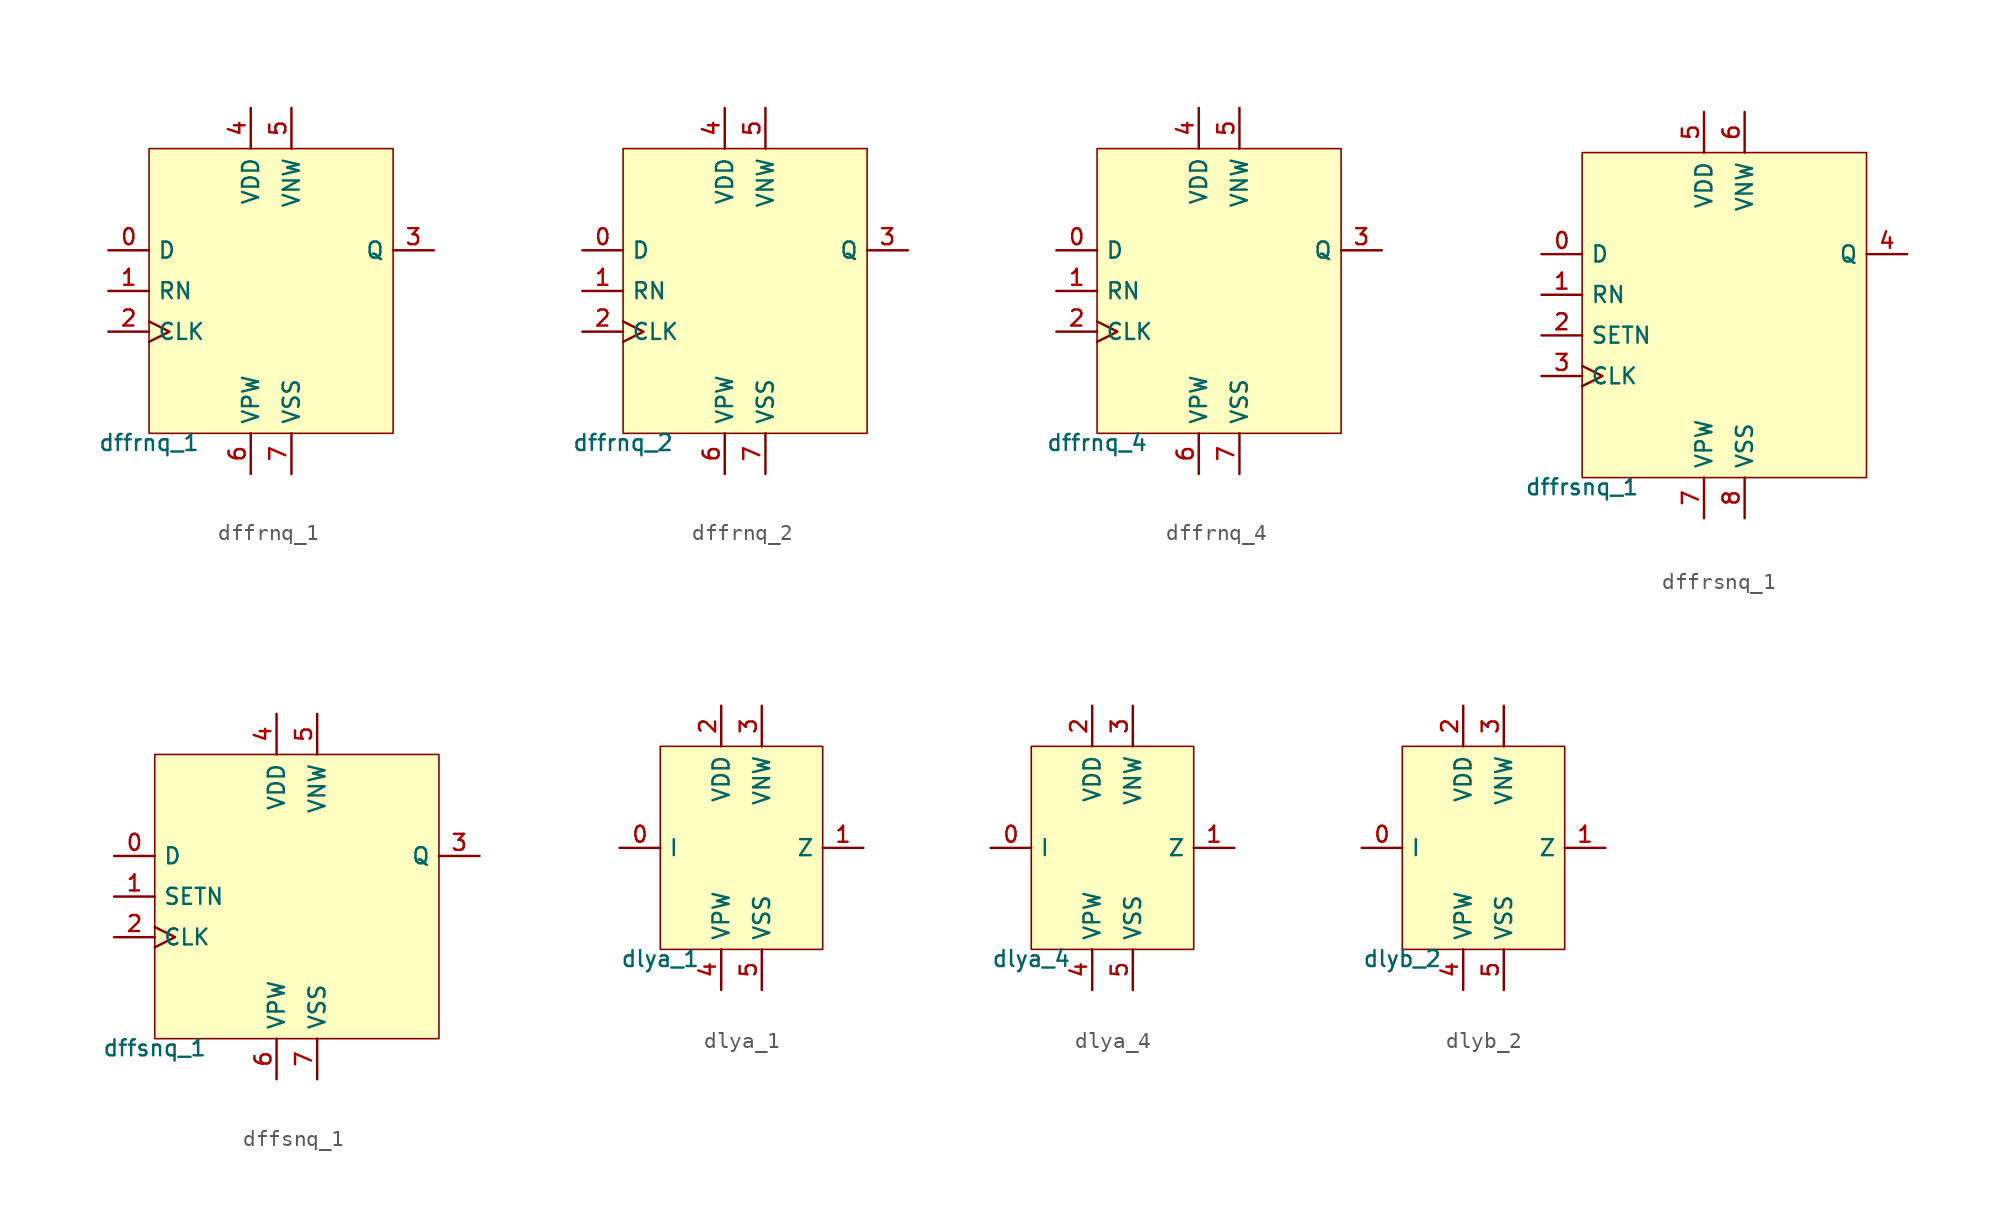
<source format=kicad_sym>
(kicad_symbol_lib
  (version 20211014)
  (generator pdk2kicad)
  (symbol "dffrnq_1"
    (property "Reference" "X"
      (at 0 0 0)
      (effects (font (size 1 1)) hide))
    (property "Value" "dffrnq_1"
      (at -7.62 -8.89 0)
      (effects (font (size 1 1)) (justify top)))
    (rectangle
      (start -7.62 -8.89)
      (end 7.62 8.89)
      (stroke (width 0.1) (type solid) (color 0 0 0 0))
      (fill (type background)))
    (pin input line
      (at -10.16 2.54 0)
      (length 2.54)
      (name "D" (effects (font (size 1 1)) hide))
      (number "0" (effects (font (size 1 1)) hide)))
    (pin input line
      (at -10.16 4.440892098500626e-16 0)
      (length 2.54)
      (name "RN" (effects (font (size 1 1)) hide))
      (number "1" (effects (font (size 1 1)) hide)))
    (pin input clock
      (at -10.16 -2.54 0)
      (length 2.54)
      (name "CLK" (effects (font (size 1 1)) hide))
      (number "2" (effects (font (size 1 1)) hide)))
    (pin output line
      (at 10.16 2.54 180)
      (length 2.54)
      (name "Q" (effects (font (size 1 1)) hide))
      (number "3" (effects (font (size 1 1)) hide)))
    (pin power_in line
      (at -1.27 11.43 270)
      (length 2.54)
      (name "VDD" (effects (font (size 1 1)) hide))
      (number "4" (effects (font (size 1 1)) hide)))
    (pin power_in line
      (at 1.27 11.43 270)
      (length 2.54)
      (name "VNW" (effects (font (size 1 1)) hide))
      (number "5" (effects (font (size 1 1)) hide)))
    (pin power_in line
      (at -1.27 -11.43 90)
      (length 2.54)
      (name "VPW" (effects (font (size 1 1)) hide))
      (number "6" (effects (font (size 1 1)) hide)))
    (pin power_in line
      (at 1.27 -11.43 90)
      (length 2.54)
      (name "VSS" (effects (font (size 1 1)) hide))
      (number "7" (effects (font (size 1 1)) hide))))
  (symbol "dffrnq_2"
    (property "Reference" "X"
      (at 0 0 0)
      (effects (font (size 1 1)) hide))
    (property "Value" "dffrnq_2"
      (at -7.62 -8.89 0)
      (effects (font (size 1 1)) (justify top)))
    (rectangle
      (start -7.62 -8.89)
      (end 7.62 8.89)
      (stroke (width 0.1) (type solid) (color 0 0 0 0))
      (fill (type background)))
    (pin input line
      (at -10.16 2.54 0)
      (length 2.54)
      (name "D" (effects (font (size 1 1)) hide))
      (number "0" (effects (font (size 1 1)) hide)))
    (pin input line
      (at -10.16 4.440892098500626e-16 0)
      (length 2.54)
      (name "RN" (effects (font (size 1 1)) hide))
      (number "1" (effects (font (size 1 1)) hide)))
    (pin input clock
      (at -10.16 -2.54 0)
      (length 2.54)
      (name "CLK" (effects (font (size 1 1)) hide))
      (number "2" (effects (font (size 1 1)) hide)))
    (pin output line
      (at 10.16 2.54 180)
      (length 2.54)
      (name "Q" (effects (font (size 1 1)) hide))
      (number "3" (effects (font (size 1 1)) hide)))
    (pin power_in line
      (at -1.27 11.43 270)
      (length 2.54)
      (name "VDD" (effects (font (size 1 1)) hide))
      (number "4" (effects (font (size 1 1)) hide)))
    (pin power_in line
      (at 1.27 11.43 270)
      (length 2.54)
      (name "VNW" (effects (font (size 1 1)) hide))
      (number "5" (effects (font (size 1 1)) hide)))
    (pin power_in line
      (at -1.27 -11.43 90)
      (length 2.54)
      (name "VPW" (effects (font (size 1 1)) hide))
      (number "6" (effects (font (size 1 1)) hide)))
    (pin power_in line
      (at 1.27 -11.43 90)
      (length 2.54)
      (name "VSS" (effects (font (size 1 1)) hide))
      (number "7" (effects (font (size 1 1)) hide))))
  (symbol "dffrnq_4"
    (property "Reference" "X"
      (at 0 0 0)
      (effects (font (size 1 1)) hide))
    (property "Value" "dffrnq_4"
      (at -7.62 -8.89 0)
      (effects (font (size 1 1)) (justify top)))
    (rectangle
      (start -7.62 -8.89)
      (end 7.62 8.89)
      (stroke (width 0.1) (type solid) (color 0 0 0 0))
      (fill (type background)))
    (pin input line
      (at -10.16 2.54 0)
      (length 2.54)
      (name "D" (effects (font (size 1 1)) hide))
      (number "0" (effects (font (size 1 1)) hide)))
    (pin input line
      (at -10.16 4.440892098500626e-16 0)
      (length 2.54)
      (name "RN" (effects (font (size 1 1)) hide))
      (number "1" (effects (font (size 1 1)) hide)))
    (pin input clock
      (at -10.16 -2.54 0)
      (length 2.54)
      (name "CLK" (effects (font (size 1 1)) hide))
      (number "2" (effects (font (size 1 1)) hide)))
    (pin output line
      (at 10.16 2.54 180)
      (length 2.54)
      (name "Q" (effects (font (size 1 1)) hide))
      (number "3" (effects (font (size 1 1)) hide)))
    (pin power_in line
      (at -1.27 11.43 270)
      (length 2.54)
      (name "VDD" (effects (font (size 1 1)) hide))
      (number "4" (effects (font (size 1 1)) hide)))
    (pin power_in line
      (at 1.27 11.43 270)
      (length 2.54)
      (name "VNW" (effects (font (size 1 1)) hide))
      (number "5" (effects (font (size 1 1)) hide)))
    (pin power_in line
      (at -1.27 -11.43 90)
      (length 2.54)
      (name "VPW" (effects (font (size 1 1)) hide))
      (number "6" (effects (font (size 1 1)) hide)))
    (pin power_in line
      (at 1.27 -11.43 90)
      (length 2.54)
      (name "VSS" (effects (font (size 1 1)) hide))
      (number "7" (effects (font (size 1 1)) hide))))
  (symbol "dffrsnq_1"
    (property "Reference" "X"
      (at 0 0 0)
      (effects (font (size 1 1)) hide))
    (property "Value" "dffrsnq_1"
      (at -8.89 -10.16 0)
      (effects (font (size 1 1)) (justify top)))
    (rectangle
      (start -8.89 -10.16)
      (end 8.89 10.16)
      (stroke (width 0.1) (type solid) (color 0 0 0 0))
      (fill (type background)))
    (pin input line
      (at -11.43 3.81 0)
      (length 2.54)
      (name "D" (effects (font (size 1 1)) hide))
      (number "0" (effects (font (size 1 1)) hide)))
    (pin input line
      (at -11.43 1.27 0)
      (length 2.54)
      (name "RN" (effects (font (size 1 1)) hide))
      (number "1" (effects (font (size 1 1)) hide)))
    (pin input line
      (at -11.43 -1.27 0)
      (length 2.54)
      (name "SETN" (effects (font (size 1 1)) hide))
      (number "2" (effects (font (size 1 1)) hide)))
    (pin input clock
      (at -11.43 -3.81 0)
      (length 2.54)
      (name "CLK" (effects (font (size 1 1)) hide))
      (number "3" (effects (font (size 1 1)) hide)))
    (pin output line
      (at 11.43 3.81 180)
      (length 2.54)
      (name "Q" (effects (font (size 1 1)) hide))
      (number "4" (effects (font (size 1 1)) hide)))
    (pin power_in line
      (at -1.27 12.7 270)
      (length 2.54)
      (name "VDD" (effects (font (size 1 1)) hide))
      (number "5" (effects (font (size 1 1)) hide)))
    (pin power_in line
      (at 1.27 12.7 270)
      (length 2.54)
      (name "VNW" (effects (font (size 1 1)) hide))
      (number "6" (effects (font (size 1 1)) hide)))
    (pin power_in line
      (at -1.27 -12.7 90)
      (length 2.54)
      (name "VPW" (effects (font (size 1 1)) hide))
      (number "7" (effects (font (size 1 1)) hide)))
    (pin power_in line
      (at 1.27 -12.7 90)
      (length 2.54)
      (name "VSS" (effects (font (size 1 1)) hide))
      (number "8" (effects (font (size 1 1)) hide))))
  (symbol "dffsnq_1"
    (property "Reference" "X"
      (at 0 0 0)
      (effects (font (size 1 1)) hide))
    (property "Value" "dffsnq_1"
      (at -8.89 -8.89 0)
      (effects (font (size 1 1)) (justify top)))
    (rectangle
      (start -8.89 -8.89)
      (end 8.89 8.89)
      (stroke (width 0.1) (type solid) (color 0 0 0 0))
      (fill (type background)))
    (pin input line
      (at -11.43 2.54 0)
      (length 2.54)
      (name "D" (effects (font (size 1 1)) hide))
      (number "0" (effects (font (size 1 1)) hide)))
    (pin input line
      (at -11.43 4.440892098500626e-16 0)
      (length 2.54)
      (name "SETN" (effects (font (size 1 1)) hide))
      (number "1" (effects (font (size 1 1)) hide)))
    (pin input clock
      (at -11.43 -2.54 0)
      (length 2.54)
      (name "CLK" (effects (font (size 1 1)) hide))
      (number "2" (effects (font (size 1 1)) hide)))
    (pin output line
      (at 11.43 2.54 180)
      (length 2.54)
      (name "Q" (effects (font (size 1 1)) hide))
      (number "3" (effects (font (size 1 1)) hide)))
    (pin power_in line
      (at -1.27 11.43 270)
      (length 2.54)
      (name "VDD" (effects (font (size 1 1)) hide))
      (number "4" (effects (font (size 1 1)) hide)))
    (pin power_in line
      (at 1.27 11.43 270)
      (length 2.54)
      (name "VNW" (effects (font (size 1 1)) hide))
      (number "5" (effects (font (size 1 1)) hide)))
    (pin power_in line
      (at -1.27 -11.43 90)
      (length 2.54)
      (name "VPW" (effects (font (size 1 1)) hide))
      (number "6" (effects (font (size 1 1)) hide)))
    (pin power_in line
      (at 1.27 -11.43 90)
      (length 2.54)
      (name "VSS" (effects (font (size 1 1)) hide))
      (number "7" (effects (font (size 1 1)) hide))))
  (symbol "dlya_1"
    (property "Reference" "X"
      (at 0 0 0)
      (effects (font (size 1 1)) hide))
    (property "Value" "dlya_1"
      (at -5.08 -6.35 0)
      (effects (font (size 1 1)) (justify top)))
    (rectangle
      (start -5.08 -6.35)
      (end 5.08 6.35)
      (stroke (width 0.1) (type solid) (color 0 0 0 0))
      (fill (type background)))
    (pin input line
      (at -7.62 -4.440892098500626e-16 0)
      (length 2.54)
      (name "I" (effects (font (size 1 1)) hide))
      (number "0" (effects (font (size 1 1)) hide)))
    (pin output line
      (at 7.62 -4.440892098500626e-16 180)
      (length 2.54)
      (name "Z" (effects (font (size 1 1)) hide))
      (number "1" (effects (font (size 1 1)) hide)))
    (pin power_in line
      (at -1.27 8.89 270)
      (length 2.54)
      (name "VDD" (effects (font (size 1 1)) hide))
      (number "2" (effects (font (size 1 1)) hide)))
    (pin power_in line
      (at 1.27 8.89 270)
      (length 2.54)
      (name "VNW" (effects (font (size 1 1)) hide))
      (number "3" (effects (font (size 1 1)) hide)))
    (pin power_in line
      (at -1.27 -8.89 90)
      (length 2.54)
      (name "VPW" (effects (font (size 1 1)) hide))
      (number "4" (effects (font (size 1 1)) hide)))
    (pin power_in line
      (at 1.27 -8.89 90)
      (length 2.54)
      (name "VSS" (effects (font (size 1 1)) hide))
      (number "5" (effects (font (size 1 1)) hide))))
  (symbol "dlya_4"
    (property "Reference" "X"
      (at 0 0 0)
      (effects (font (size 1 1)) hide))
    (property "Value" "dlya_4"
      (at -5.08 -6.35 0)
      (effects (font (size 1 1)) (justify top)))
    (rectangle
      (start -5.08 -6.35)
      (end 5.08 6.35)
      (stroke (width 0.1) (type solid) (color 0 0 0 0))
      (fill (type background)))
    (pin input line
      (at -7.62 -4.440892098500626e-16 0)
      (length 2.54)
      (name "I" (effects (font (size 1 1)) hide))
      (number "0" (effects (font (size 1 1)) hide)))
    (pin output line
      (at 7.62 -4.440892098500626e-16 180)
      (length 2.54)
      (name "Z" (effects (font (size 1 1)) hide))
      (number "1" (effects (font (size 1 1)) hide)))
    (pin power_in line
      (at -1.27 8.89 270)
      (length 2.54)
      (name "VDD" (effects (font (size 1 1)) hide))
      (number "2" (effects (font (size 1 1)) hide)))
    (pin power_in line
      (at 1.27 8.89 270)
      (length 2.54)
      (name "VNW" (effects (font (size 1 1)) hide))
      (number "3" (effects (font (size 1 1)) hide)))
    (pin power_in line
      (at -1.27 -8.89 90)
      (length 2.54)
      (name "VPW" (effects (font (size 1 1)) hide))
      (number "4" (effects (font (size 1 1)) hide)))
    (pin power_in line
      (at 1.27 -8.89 90)
      (length 2.54)
      (name "VSS" (effects (font (size 1 1)) hide))
      (number "5" (effects (font (size 1 1)) hide))))
  (symbol "dlyb_2"
    (property "Reference" "X"
      (at 0 0 0)
      (effects (font (size 1 1)) hide))
    (property "Value" "dlyb_2"
      (at -5.08 -6.35 0)
      (effects (font (size 1 1)) (justify top)))
    (rectangle
      (start -5.08 -6.35)
      (end 5.08 6.35)
      (stroke (width 0.1) (type solid) (color 0 0 0 0))
      (fill (type background)))
    (pin input line
      (at -7.62 -4.440892098500626e-16 0)
      (length 2.54)
      (name "I" (effects (font (size 1 1)) hide))
      (number "0" (effects (font (size 1 1)) hide)))
    (pin output line
      (at 7.62 -4.440892098500626e-16 180)
      (length 2.54)
      (name "Z" (effects (font (size 1 1)) hide))
      (number "1" (effects (font (size 1 1)) hide)))
    (pin power_in line
      (at -1.27 8.89 270)
      (length 2.54)
      (name "VDD" (effects (font (size 1 1)) hide))
      (number "2" (effects (font (size 1 1)) hide)))
    (pin power_in line
      (at 1.27 8.89 270)
      (length 2.54)
      (name "VNW" (effects (font (size 1 1)) hide))
      (number "3" (effects (font (size 1 1)) hide)))
    (pin power_in line
      (at -1.27 -8.89 90)
      (length 2.54)
      (name "VPW" (effects (font (size 1 1)) hide))
      (number "4" (effects (font (size 1 1)) hide)))
    (pin power_in line
      (at 1.27 -8.89 90)
      (length 2.54)
      (name "VSS" (effects (font (size 1 1)) hide))
      (number "5" (effects (font (size 1 1)) hide)))))
</source>
